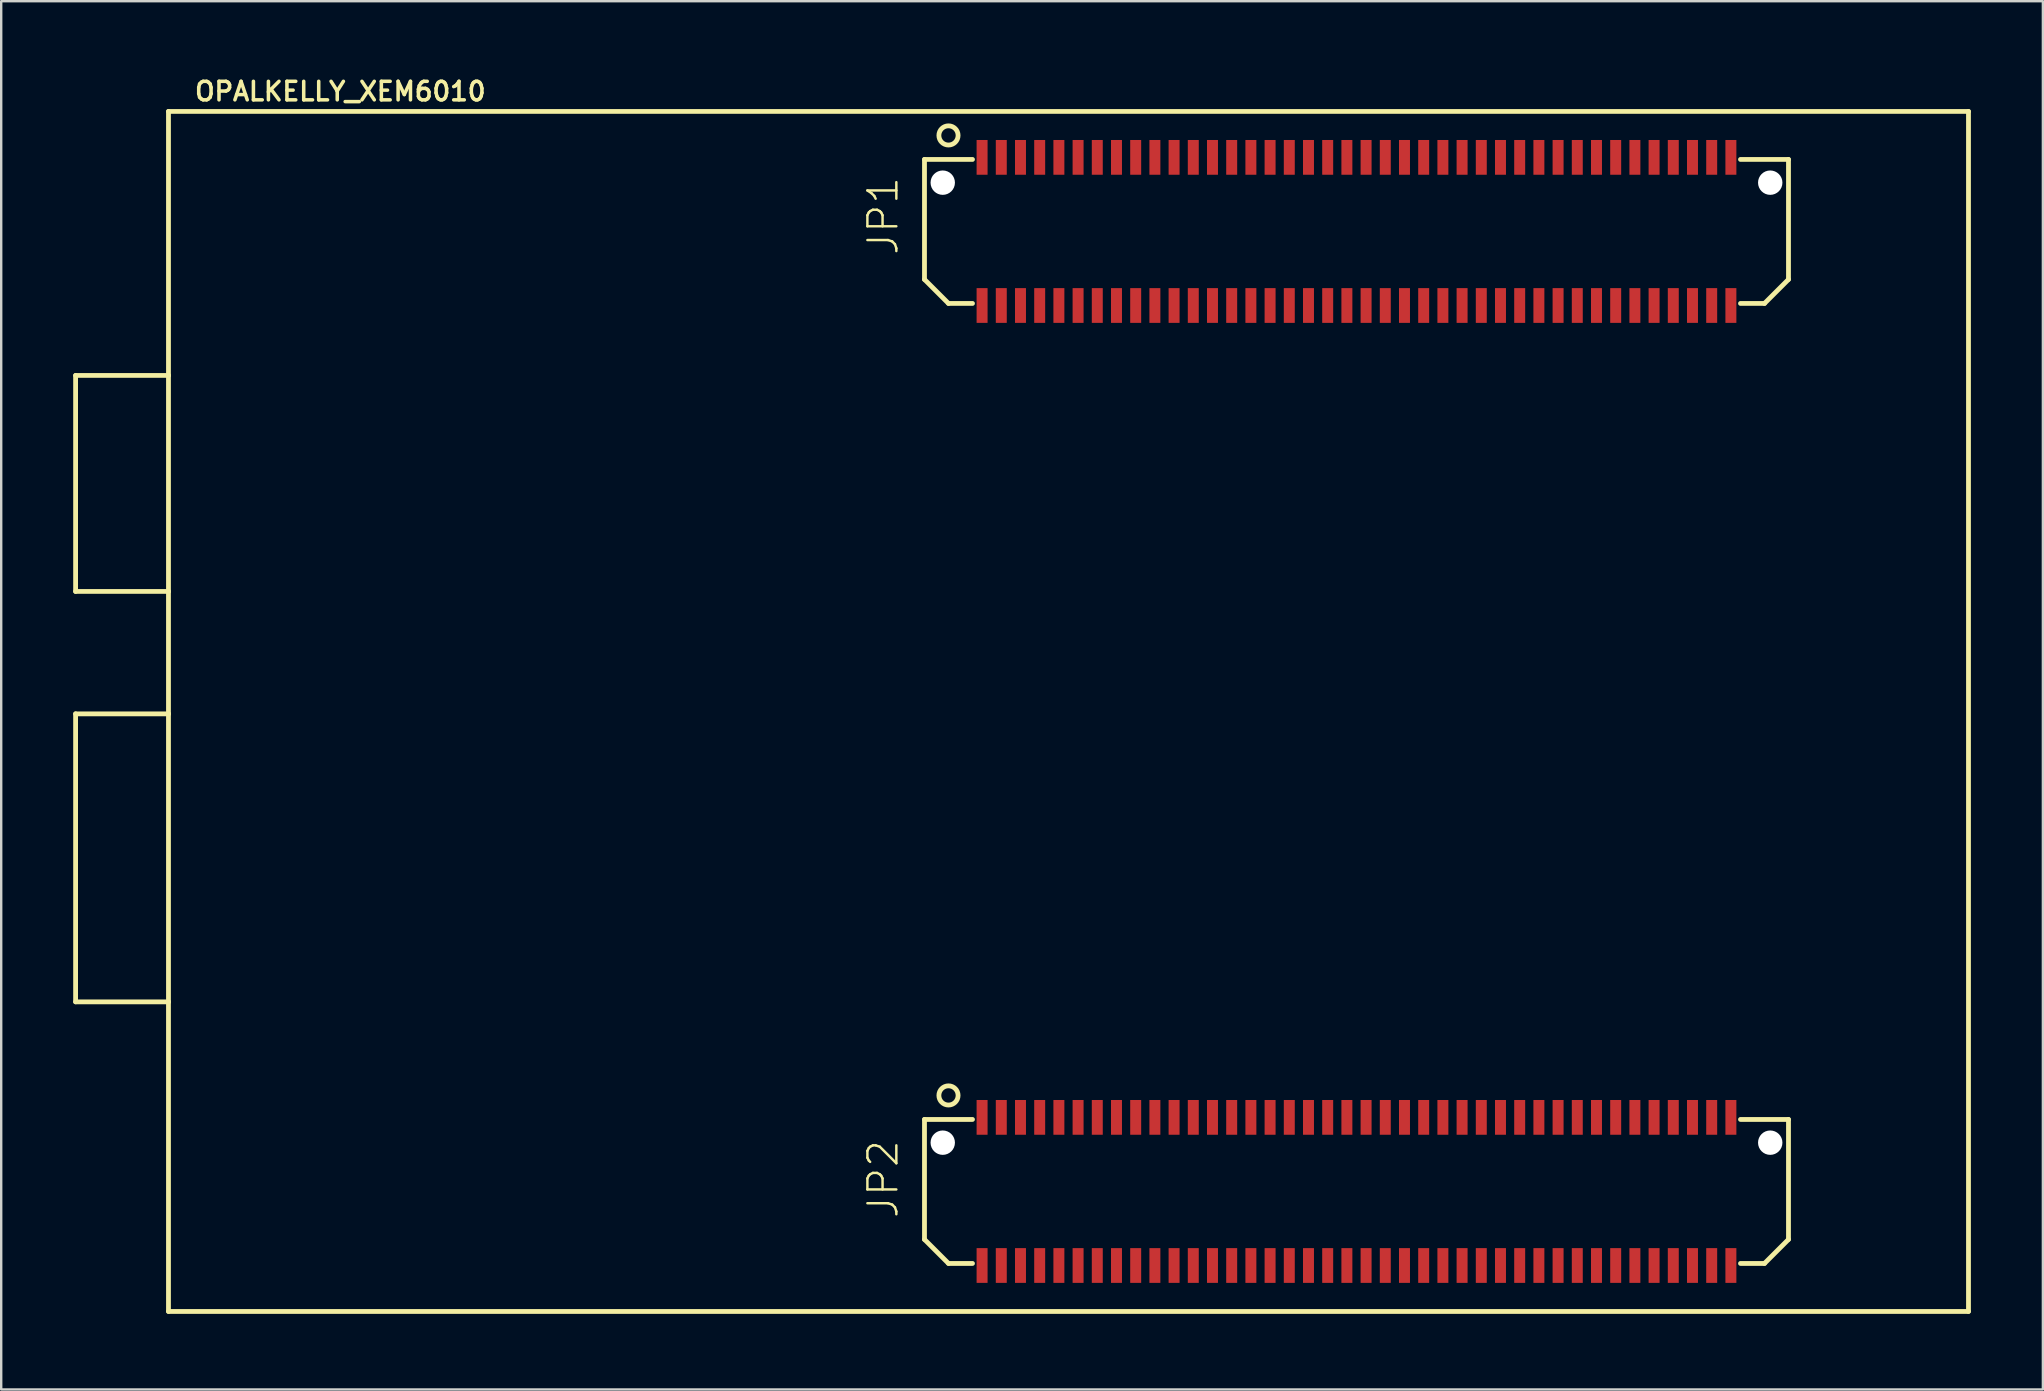
<source format=kicad_pcb>
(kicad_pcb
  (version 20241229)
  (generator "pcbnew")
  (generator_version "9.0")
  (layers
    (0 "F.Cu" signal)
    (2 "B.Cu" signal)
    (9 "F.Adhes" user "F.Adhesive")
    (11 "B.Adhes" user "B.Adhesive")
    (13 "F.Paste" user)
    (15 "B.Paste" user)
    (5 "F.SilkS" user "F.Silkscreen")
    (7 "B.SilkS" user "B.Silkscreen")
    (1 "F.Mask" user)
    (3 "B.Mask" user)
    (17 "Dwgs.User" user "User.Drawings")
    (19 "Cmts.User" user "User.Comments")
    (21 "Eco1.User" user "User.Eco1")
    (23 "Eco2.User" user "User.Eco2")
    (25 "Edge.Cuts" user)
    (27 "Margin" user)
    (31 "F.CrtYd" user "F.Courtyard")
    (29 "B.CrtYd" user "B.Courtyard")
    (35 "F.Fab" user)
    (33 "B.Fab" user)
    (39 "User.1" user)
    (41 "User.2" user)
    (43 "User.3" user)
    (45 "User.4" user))
  (footprint "OPALKELLY_XEM6010"
    (layer "F.Cu")
    (at 3.97 51.593)
    (property "Reference" "OPALKELLY_XEM6010" (at 1.016 -50.381 0) (layer "F.SilkS") (effects (font (size 0.772 0.772) (thickness 0.147)) (justify left bottom)))
    (attr through_hole)
    (fp_line (start -3.87 -39) (end 0 -39) (stroke (width 0.2) (type solid)) (layer "F.SilkS"))
    (fp_line (start -3.87 -30) (end -3.87 -39) (stroke (width 0.2) (type solid)) (layer "F.SilkS"))
    (fp_line (start -3.87 -24.9) (end 0 -24.9) (stroke (width 0.2) (type solid)) (layer "F.SilkS"))
    (fp_line (start -3.87 -12.9) (end -3.87 -24.9) (stroke (width 0.2) (type solid)) (layer "F.SilkS"))
    (fp_line (start 0 -50) (end 0 -39) (stroke (width 0.2) (type solid)) (layer "F.SilkS"))
    (fp_line (start 0 -39) (end 0 -30) (stroke (width 0.2) (type solid)) (layer "F.SilkS"))
    (fp_line (start 0 -30) (end -3.87 -30) (stroke (width 0.2) (type solid)) (layer "F.SilkS"))
    (fp_line (start 0 -30) (end 0 -24.9) (stroke (width 0.2) (type solid)) (layer "F.SilkS"))
    (fp_line (start 0 -24.9) (end 0 -12.9) (stroke (width 0.2) (type solid)) (layer "F.SilkS"))
    (fp_line (start 0 -12.9) (end -3.87 -12.9) (stroke (width 0.2) (type solid)) (layer "F.SilkS"))
    (fp_line (start 0 -12.9) (end 0 0) (stroke (width 0.2) (type solid)) (layer "F.SilkS"))
    (fp_line (start 0 0) (end 75 0) (stroke (width 0.2) (type solid)) (layer "F.SilkS"))
    (fp_line (start 31.5 -48) (end 31.5 -43) (stroke (width 0.2) (type solid)) (layer "F.SilkS"))
    (fp_line (start 31.5 -48) (end 33.5 -48) (stroke (width 0.2) (type solid)) (layer "F.SilkS"))
    (fp_line (start 31.5 -43) (end 32.5 -42) (stroke (width 0.2) (type solid)) (layer "F.SilkS"))
    (fp_line (start 31.5 -8) (end 31.5 -3) (stroke (width 0.2) (type solid)) (layer "F.SilkS"))
    (fp_line (start 31.5 -8) (end 33.5 -8) (stroke (width 0.2) (type solid)) (layer "F.SilkS"))
    (fp_line (start 31.5 -3) (end 32.5 -2) (stroke (width 0.2) (type solid)) (layer "F.SilkS"))
    (fp_line (start 32.5 -42) (end 33.5 -42) (stroke (width 0.2) (type solid)) (layer "F.SilkS"))
    (fp_line (start 32.5 -2) (end 33.5 -2) (stroke (width 0.2) (type solid)) (layer "F.SilkS"))
    (fp_line (start 65.5 -48) (end 67.5 -48) (stroke (width 0.2) (type solid)) (layer "F.SilkS"))
    (fp_line (start 65.5 -42) (end 66.5 -42) (stroke (width 0.2) (type solid)) (layer "F.SilkS"))
    (fp_line (start 65.5 -8) (end 67.5 -8) (stroke (width 0.2) (type solid)) (layer "F.SilkS"))
    (fp_line (start 65.5 -2) (end 66.5 -2) (stroke (width 0.2) (type solid)) (layer "F.SilkS"))
    (fp_line (start 66.5 -42) (end 67.5 -43) (stroke (width 0.2) (type solid)) (layer "F.SilkS"))
    (fp_line (start 66.5 -2) (end 67.5 -3) (stroke (width 0.2) (type solid)) (layer "F.SilkS"))
    (fp_line (start 67.5 -43) (end 67.5 -48) (stroke (width 0.2) (type solid)) (layer "F.SilkS"))
    (fp_line (start 67.5 -3) (end 67.5 -8) (stroke (width 0.2) (type solid)) (layer "F.SilkS"))
    (fp_line (start 75 -50) (end 0 -50) (stroke (width 0.2) (type solid)) (layer "F.SilkS"))
    (fp_line (start 75 0) (end 75 -50) (stroke (width 0.2) (type solid)) (layer "F.SilkS"))
    (fp_circle (center 32.5 -49) (end 32.9 -49) (stroke (width 0.2) (type solid)) (fill no) (layer "F.SilkS"))
    (fp_circle (center 32.5 -9) (end 32.9 -9) (stroke (width 0.2) (type solid)) (fill no) (layer "F.SilkS"))
    (fp_text user "JP2" (at 30.48 -3.81 90) (layer "F.SilkS") (effects (font (size 1.206 1.206) (thickness 0.102)) (justify left bottom)))
    (fp_text user "JP1" (at 30.48 -43.942 90) (layer "F.SilkS") (effects (font (size 1.206 1.206) (thickness 0.102)) (justify left bottom)))
    (pad "" np_thru_hole circle (at 32.261 -47.032) (size 1.016 1.016) (drill 1.016) (layers "*.Cu" "*.Mask"))
    (pad "" np_thru_hole circle (at 32.261 -7.032) (size 1.016 1.016) (drill 1.016) (layers "*.Cu" "*.Mask"))
    (pad "" np_thru_hole circle (at 66.739 -47.032) (size 1.016 1.016) (drill 1.016) (layers "*.Cu" "*.Mask"))
    (pad "" np_thru_hole circle (at 66.739 -7.032) (size 1.016 1.016) (drill 1.016) (layers "*.Cu" "*.Mask"))
    (pad "JP1-1" smd rect (at 33.9 -48.086 90) (size 1.448 0.457) (layers "F.Cu" "F.Mask" "F.Paste"))
    (pad "JP1-2" smd rect (at 33.9 -41.914 90) (size 1.448 0.457) (layers "F.Cu" "F.Mask" "F.Paste"))
    (pad "JP1-3" smd rect (at 34.7 -48.086 90) (size 1.448 0.457) (layers "F.Cu" "F.Mask" "F.Paste"))
    (pad "JP1-4" smd rect (at 34.7 -41.914 90) (size 1.448 0.457) (layers "F.Cu" "F.Mask" "F.Paste"))
    (pad "JP1-5" smd rect (at 35.5 -48.086 90) (size 1.448 0.457) (layers "F.Cu" "F.Mask" "F.Paste"))
    (pad "JP1-6" smd rect (at 35.5 -41.914 90) (size 1.448 0.457) (layers "F.Cu" "F.Mask" "F.Paste"))
    (pad "JP1-7" smd rect (at 36.3 -48.086 90) (size 1.448 0.457) (layers "F.Cu" "F.Mask" "F.Paste"))
    (pad "JP1-8" smd rect (at 36.3 -41.914 90) (size 1.448 0.457) (layers "F.Cu" "F.Mask" "F.Paste"))
    (pad "JP1-9" smd rect (at 37.1 -48.086 90) (size 1.448 0.457) (layers "F.Cu" "F.Mask" "F.Paste"))
    (pad "JP1-10" smd rect (at 37.1 -41.914 90) (size 1.448 0.457) (layers "F.Cu" "F.Mask" "F.Paste"))
    (pad "JP1-11" smd rect (at 37.9 -48.086 90) (size 1.448 0.457) (layers "F.Cu" "F.Mask" "F.Paste"))
    (pad "JP1-12" smd rect (at 37.9 -41.914 90) (size 1.448 0.457) (layers "F.Cu" "F.Mask" "F.Paste"))
    (pad "JP1-13" smd rect (at 38.7 -48.086 90) (size 1.448 0.457) (layers "F.Cu" "F.Mask" "F.Paste"))
    (pad "JP1-14" smd rect (at 38.7 -41.914 90) (size 1.448 0.457) (layers "F.Cu" "F.Mask" "F.Paste"))
    (pad "JP1-15" smd rect (at 39.5 -48.086 90) (size 1.448 0.457) (layers "F.Cu" "F.Mask" "F.Paste"))
    (pad "JP1-16" smd rect (at 39.5 -41.914 90) (size 1.448 0.457) (layers "F.Cu" "F.Mask" "F.Paste"))
    (pad "JP1-17" smd rect (at 40.3 -48.086 90) (size 1.448 0.457) (layers "F.Cu" "F.Mask" "F.Paste"))
    (pad "JP1-18" smd rect (at 40.3 -41.914 90) (size 1.448 0.457) (layers "F.Cu" "F.Mask" "F.Paste"))
    (pad "JP1-19" smd rect (at 41.1 -48.086 90) (size 1.448 0.457) (layers "F.Cu" "F.Mask" "F.Paste"))
    (pad "JP1-20" smd rect (at 41.1 -41.914 90) (size 1.448 0.457) (layers "F.Cu" "F.Mask" "F.Paste"))
    (pad "JP1-21" smd rect (at 41.9 -48.086 90) (size 1.448 0.457) (layers "F.Cu" "F.Mask" "F.Paste"))
    (pad "JP1-22" smd rect (at 41.9 -41.914 90) (size 1.448 0.457) (layers "F.Cu" "F.Mask" "F.Paste"))
    (pad "JP1-23" smd rect (at 42.7 -48.086 90) (size 1.448 0.457) (layers "F.Cu" "F.Mask" "F.Paste"))
    (pad "JP1-24" smd rect (at 42.7 -41.914 90) (size 1.448 0.457) (layers "F.Cu" "F.Mask" "F.Paste"))
    (pad "JP1-25" smd rect (at 43.5 -48.086 90) (size 1.448 0.457) (layers "F.Cu" "F.Mask" "F.Paste"))
    (pad "JP1-26" smd rect (at 43.5 -41.914 90) (size 1.448 0.457) (layers "F.Cu" "F.Mask" "F.Paste"))
    (pad "JP1-27" smd rect (at 44.3 -48.086 90) (size 1.448 0.457) (layers "F.Cu" "F.Mask" "F.Paste"))
    (pad "JP1-28" smd rect (at 44.3 -41.914 90) (size 1.448 0.457) (layers "F.Cu" "F.Mask" "F.Paste"))
    (pad "JP1-29" smd rect (at 45.1 -48.086 90) (size 1.448 0.457) (layers "F.Cu" "F.Mask" "F.Paste"))
    (pad "JP1-30" smd rect (at 45.1 -41.914 90) (size 1.448 0.457) (layers "F.Cu" "F.Mask" "F.Paste"))
    (pad "JP1-31" smd rect (at 45.9 -48.086 90) (size 1.448 0.457) (layers "F.Cu" "F.Mask" "F.Paste"))
    (pad "JP1-32" smd rect (at 45.9 -41.914 90) (size 1.448 0.457) (layers "F.Cu" "F.Mask" "F.Paste"))
    (pad "JP1-33" smd rect (at 46.7 -48.086 90) (size 1.448 0.457) (layers "F.Cu" "F.Mask" "F.Paste"))
    (pad "JP1-34" smd rect (at 46.7 -41.914 90) (size 1.448 0.457) (layers "F.Cu" "F.Mask" "F.Paste"))
    (pad "JP1-35" smd rect (at 47.5 -48.086 90) (size 1.448 0.457) (layers "F.Cu" "F.Mask" "F.Paste"))
    (pad "JP1-36" smd rect (at 47.5 -41.914 90) (size 1.448 0.457) (layers "F.Cu" "F.Mask" "F.Paste"))
    (pad "JP1-37" smd rect (at 48.3 -48.086 90) (size 1.448 0.457) (layers "F.Cu" "F.Mask" "F.Paste"))
    (pad "JP1-38" smd rect (at 48.3 -41.914 90) (size 1.448 0.457) (layers "F.Cu" "F.Mask" "F.Paste"))
    (pad "JP1-39" smd rect (at 49.1 -48.086 90) (size 1.448 0.457) (layers "F.Cu" "F.Mask" "F.Paste"))
    (pad "JP1-40" smd rect (at 49.1 -41.914 90) (size 1.448 0.457) (layers "F.Cu" "F.Mask" "F.Paste"))
    (pad "JP1-41" smd rect (at 49.9 -48.086 90) (size 1.448 0.457) (layers "F.Cu" "F.Mask" "F.Paste"))
    (pad "JP1-42" smd rect (at 49.9 -41.914 90) (size 1.448 0.457) (layers "F.Cu" "F.Mask" "F.Paste"))
    (pad "JP1-43" smd rect (at 50.7 -48.086 90) (size 1.448 0.457) (layers "F.Cu" "F.Mask" "F.Paste"))
    (pad "JP1-44" smd rect (at 50.7 -41.914 90) (size 1.448 0.457) (layers "F.Cu" "F.Mask" "F.Paste"))
    (pad "JP1-45" smd rect (at 51.5 -48.086 90) (size 1.448 0.457) (layers "F.Cu" "F.Mask" "F.Paste"))
    (pad "JP1-46" smd rect (at 51.5 -41.914 90) (size 1.448 0.457) (layers "F.Cu" "F.Mask" "F.Paste"))
    (pad "JP1-47" smd rect (at 52.3 -48.086 90) (size 1.448 0.457) (layers "F.Cu" "F.Mask" "F.Paste"))
    (pad "JP1-48" smd rect (at 52.3 -41.914 90) (size 1.448 0.457) (layers "F.Cu" "F.Mask" "F.Paste"))
    (pad "JP1-49" smd rect (at 53.1 -48.086 90) (size 1.448 0.457) (layers "F.Cu" "F.Mask" "F.Paste"))
    (pad "JP1-50" smd rect (at 53.1 -41.914 90) (size 1.448 0.457) (layers "F.Cu" "F.Mask" "F.Paste"))
    (pad "JP1-51" smd rect (at 53.9 -48.086 90) (size 1.448 0.457) (layers "F.Cu" "F.Mask" "F.Paste"))
    (pad "JP1-52" smd rect (at 53.9 -41.914 90) (size 1.448 0.457) (layers "F.Cu" "F.Mask" "F.Paste"))
    (pad "JP1-53" smd rect (at 54.7 -48.086 90) (size 1.448 0.457) (layers "F.Cu" "F.Mask" "F.Paste"))
    (pad "JP1-54" smd rect (at 54.7 -41.914 90) (size 1.448 0.457) (layers "F.Cu" "F.Mask" "F.Paste"))
    (pad "JP1-55" smd rect (at 55.5 -48.086 90) (size 1.448 0.457) (layers "F.Cu" "F.Mask" "F.Paste"))
    (pad "JP1-56" smd rect (at 55.5 -41.914 90) (size 1.448 0.457) (layers "F.Cu" "F.Mask" "F.Paste"))
    (pad "JP1-57" smd rect (at 56.3 -48.086 90) (size 1.448 0.457) (layers "F.Cu" "F.Mask" "F.Paste"))
    (pad "JP1-58" smd rect (at 56.3 -41.914 90) (size 1.448 0.457) (layers "F.Cu" "F.Mask" "F.Paste"))
    (pad "JP1-59" smd rect (at 57.1 -48.086 90) (size 1.448 0.457) (layers "F.Cu" "F.Mask" "F.Paste"))
    (pad "JP1-60" smd rect (at 57.1 -41.914 90) (size 1.448 0.457) (layers "F.Cu" "F.Mask" "F.Paste"))
    (pad "JP1-61" smd rect (at 57.9 -48.086 90) (size 1.448 0.457) (layers "F.Cu" "F.Mask" "F.Paste"))
    (pad "JP1-62" smd rect (at 57.9 -41.914 90) (size 1.448 0.457) (layers "F.Cu" "F.Mask" "F.Paste"))
    (pad "JP1-63" smd rect (at 58.7 -48.086 90) (size 1.448 0.457) (layers "F.Cu" "F.Mask" "F.Paste"))
    (pad "JP1-64" smd rect (at 58.7 -41.914 90) (size 1.448 0.457) (layers "F.Cu" "F.Mask" "F.Paste"))
    (pad "JP1-65" smd rect (at 59.5 -48.086 90) (size 1.448 0.457) (layers "F.Cu" "F.Mask" "F.Paste"))
    (pad "JP1-66" smd rect (at 59.5 -41.914 90) (size 1.448 0.457) (layers "F.Cu" "F.Mask" "F.Paste"))
    (pad "JP1-67" smd rect (at 60.3 -48.086 90) (size 1.448 0.457) (layers "F.Cu" "F.Mask" "F.Paste"))
    (pad "JP1-68" smd rect (at 60.3 -41.914 90) (size 1.448 0.457) (layers "F.Cu" "F.Mask" "F.Paste"))
    (pad "JP1-69" smd rect (at 61.1 -48.086 90) (size 1.448 0.457) (layers "F.Cu" "F.Mask" "F.Paste"))
    (pad "JP1-70" smd rect (at 61.1 -41.914 90) (size 1.448 0.457) (layers "F.Cu" "F.Mask" "F.Paste"))
    (pad "JP1-71" smd rect (at 61.9 -48.086 90) (size 1.448 0.457) (layers "F.Cu" "F.Mask" "F.Paste"))
    (pad "JP1-72" smd rect (at 61.9 -41.914 90) (size 1.448 0.457) (layers "F.Cu" "F.Mask" "F.Paste"))
    (pad "JP1-73" smd rect (at 62.7 -48.086 90) (size 1.448 0.457) (layers "F.Cu" "F.Mask" "F.Paste"))
    (pad "JP1-74" smd rect (at 62.7 -41.914 90) (size 1.448 0.457) (layers "F.Cu" "F.Mask" "F.Paste"))
    (pad "JP1-75" smd rect (at 63.5 -48.086 90) (size 1.448 0.457) (layers "F.Cu" "F.Mask" "F.Paste"))
    (pad "JP1-76" smd rect (at 63.5 -41.914 90) (size 1.448 0.457) (layers "F.Cu" "F.Mask" "F.Paste"))
    (pad "JP1-77" smd rect (at 64.3 -48.086 90) (size 1.448 0.457) (layers "F.Cu" "F.Mask" "F.Paste"))
    (pad "JP1-78" smd rect (at 64.3 -41.914 90) (size 1.448 0.457) (layers "F.Cu" "F.Mask" "F.Paste"))
    (pad "JP1-79" smd rect (at 65.1 -48.086 90) (size 1.448 0.457) (layers "F.Cu" "F.Mask" "F.Paste"))
    (pad "JP1-80" smd rect (at 65.1 -41.914 90) (size 1.448 0.457) (layers "F.Cu" "F.Mask" "F.Paste"))
    (pad "JP2-1" smd rect (at 33.9 -8.086 90) (size 1.448 0.457) (layers "F.Cu" "F.Mask" "F.Paste"))
    (pad "JP2-2" smd rect (at 33.9 -1.914 90) (size 1.448 0.457) (layers "F.Cu" "F.Mask" "F.Paste"))
    (pad "JP2-3" smd rect (at 34.7 -8.086 90) (size 1.448 0.457) (layers "F.Cu" "F.Mask" "F.Paste"))
    (pad "JP2-4" smd rect (at 34.7 -1.914 90) (size 1.448 0.457) (layers "F.Cu" "F.Mask" "F.Paste"))
    (pad "JP2-5" smd rect (at 35.5 -8.086 90) (size 1.448 0.457) (layers "F.Cu" "F.Mask" "F.Paste"))
    (pad "JP2-6" smd rect (at 35.5 -1.914 90) (size 1.448 0.457) (layers "F.Cu" "F.Mask" "F.Paste"))
    (pad "JP2-7" smd rect (at 36.3 -8.086 90) (size 1.448 0.457) (layers "F.Cu" "F.Mask" "F.Paste"))
    (pad "JP2-8" smd rect (at 36.3 -1.914 90) (size 1.448 0.457) (layers "F.Cu" "F.Mask" "F.Paste"))
    (pad "JP2-9" smd rect (at 37.1 -8.086 90) (size 1.448 0.457) (layers "F.Cu" "F.Mask" "F.Paste"))
    (pad "JP2-10" smd rect (at 37.1 -1.914 90) (size 1.448 0.457) (layers "F.Cu" "F.Mask" "F.Paste"))
    (pad "JP2-11" smd rect (at 37.9 -8.086 90) (size 1.448 0.457) (layers "F.Cu" "F.Mask" "F.Paste"))
    (pad "JP2-12" smd rect (at 37.9 -1.914 90) (size 1.448 0.457) (layers "F.Cu" "F.Mask" "F.Paste"))
    (pad "JP2-13" smd rect (at 38.7 -8.086 90) (size 1.448 0.457) (layers "F.Cu" "F.Mask" "F.Paste"))
    (pad "JP2-14" smd rect (at 38.7 -1.914 90) (size 1.448 0.457) (layers "F.Cu" "F.Mask" "F.Paste"))
    (pad "JP2-15" smd rect (at 39.5 -8.086 90) (size 1.448 0.457) (layers "F.Cu" "F.Mask" "F.Paste"))
    (pad "JP2-16" smd rect (at 39.5 -1.914 90) (size 1.448 0.457) (layers "F.Cu" "F.Mask" "F.Paste"))
    (pad "JP2-17" smd rect (at 40.3 -8.086 90) (size 1.448 0.457) (layers "F.Cu" "F.Mask" "F.Paste"))
    (pad "JP2-18" smd rect (at 40.3 -1.914 90) (size 1.448 0.457) (layers "F.Cu" "F.Mask" "F.Paste"))
    (pad "JP2-19" smd rect (at 41.1 -8.086 90) (size 1.448 0.457) (layers "F.Cu" "F.Mask" "F.Paste"))
    (pad "JP2-20" smd rect (at 41.1 -1.914 90) (size 1.448 0.457) (layers "F.Cu" "F.Mask" "F.Paste"))
    (pad "JP2-21" smd rect (at 41.9 -8.086 90) (size 1.448 0.457) (layers "F.Cu" "F.Mask" "F.Paste"))
    (pad "JP2-22" smd rect (at 41.9 -1.914 90) (size 1.448 0.457) (layers "F.Cu" "F.Mask" "F.Paste"))
    (pad "JP2-23" smd rect (at 42.7 -8.086 90) (size 1.448 0.457) (layers "F.Cu" "F.Mask" "F.Paste"))
    (pad "JP2-24" smd rect (at 42.7 -1.914 90) (size 1.448 0.457) (layers "F.Cu" "F.Mask" "F.Paste"))
    (pad "JP2-25" smd rect (at 43.5 -8.086 90) (size 1.448 0.457) (layers "F.Cu" "F.Mask" "F.Paste"))
    (pad "JP2-26" smd rect (at 43.5 -1.914 90) (size 1.448 0.457) (layers "F.Cu" "F.Mask" "F.Paste"))
    (pad "JP2-27" smd rect (at 44.3 -8.086 90) (size 1.448 0.457) (layers "F.Cu" "F.Mask" "F.Paste"))
    (pad "JP2-28" smd rect (at 44.3 -1.914 90) (size 1.448 0.457) (layers "F.Cu" "F.Mask" "F.Paste"))
    (pad "JP2-29" smd rect (at 45.1 -8.086 90) (size 1.448 0.457) (layers "F.Cu" "F.Mask" "F.Paste"))
    (pad "JP2-30" smd rect (at 45.1 -1.914 90) (size 1.448 0.457) (layers "F.Cu" "F.Mask" "F.Paste"))
    (pad "JP2-31" smd rect (at 45.9 -8.086 90) (size 1.448 0.457) (layers "F.Cu" "F.Mask" "F.Paste"))
    (pad "JP2-32" smd rect (at 45.9 -1.914 90) (size 1.448 0.457) (layers "F.Cu" "F.Mask" "F.Paste"))
    (pad "JP2-33" smd rect (at 46.7 -8.086 90) (size 1.448 0.457) (layers "F.Cu" "F.Mask" "F.Paste"))
    (pad "JP2-34" smd rect (at 46.7 -1.914 90) (size 1.448 0.457) (layers "F.Cu" "F.Mask" "F.Paste"))
    (pad "JP2-35" smd rect (at 47.5 -8.086 90) (size 1.448 0.457) (layers "F.Cu" "F.Mask" "F.Paste"))
    (pad "JP2-36" smd rect (at 47.5 -1.914 90) (size 1.448 0.457) (layers "F.Cu" "F.Mask" "F.Paste"))
    (pad "JP2-37" smd rect (at 48.3 -8.086 90) (size 1.448 0.457) (layers "F.Cu" "F.Mask" "F.Paste"))
    (pad "JP2-38" smd rect (at 48.3 -1.914 90) (size 1.448 0.457) (layers "F.Cu" "F.Mask" "F.Paste"))
    (pad "JP2-39" smd rect (at 49.1 -8.086 90) (size 1.448 0.457) (layers "F.Cu" "F.Mask" "F.Paste"))
    (pad "JP2-40" smd rect (at 49.1 -1.914 90) (size 1.448 0.457) (layers "F.Cu" "F.Mask" "F.Paste"))
    (pad "JP2-41" smd rect (at 49.9 -8.086 90) (size 1.448 0.457) (layers "F.Cu" "F.Mask" "F.Paste"))
    (pad "JP2-42" smd rect (at 49.9 -1.914 90) (size 1.448 0.457) (layers "F.Cu" "F.Mask" "F.Paste"))
    (pad "JP2-43" smd rect (at 50.7 -8.086 90) (size 1.448 0.457) (layers "F.Cu" "F.Mask" "F.Paste"))
    (pad "JP2-44" smd rect (at 50.7 -1.914 90) (size 1.448 0.457) (layers "F.Cu" "F.Mask" "F.Paste"))
    (pad "JP2-45" smd rect (at 51.5 -8.086 90) (size 1.448 0.457) (layers "F.Cu" "F.Mask" "F.Paste"))
    (pad "JP2-46" smd rect (at 51.5 -1.914 90) (size 1.448 0.457) (layers "F.Cu" "F.Mask" "F.Paste"))
    (pad "JP2-47" smd rect (at 52.3 -8.086 90) (size 1.448 0.457) (layers "F.Cu" "F.Mask" "F.Paste"))
    (pad "JP2-48" smd rect (at 52.3 -1.914 90) (size 1.448 0.457) (layers "F.Cu" "F.Mask" "F.Paste"))
    (pad "JP2-49" smd rect (at 53.1 -8.086 90) (size 1.448 0.457) (layers "F.Cu" "F.Mask" "F.Paste"))
    (pad "JP2-50" smd rect (at 53.1 -1.914 90) (size 1.448 0.457) (layers "F.Cu" "F.Mask" "F.Paste"))
    (pad "JP2-51" smd rect (at 53.9 -8.086 90) (size 1.448 0.457) (layers "F.Cu" "F.Mask" "F.Paste"))
    (pad "JP2-52" smd rect (at 53.9 -1.914 90) (size 1.448 0.457) (layers "F.Cu" "F.Mask" "F.Paste"))
    (pad "JP2-53" smd rect (at 54.7 -8.086 90) (size 1.448 0.457) (layers "F.Cu" "F.Mask" "F.Paste"))
    (pad "JP2-54" smd rect (at 54.7 -1.914 90) (size 1.448 0.457) (layers "F.Cu" "F.Mask" "F.Paste"))
    (pad "JP2-55" smd rect (at 55.5 -8.086 90) (size 1.448 0.457) (layers "F.Cu" "F.Mask" "F.Paste"))
    (pad "JP2-56" smd rect (at 55.5 -1.914 90) (size 1.448 0.457) (layers "F.Cu" "F.Mask" "F.Paste"))
    (pad "JP2-57" smd rect (at 56.3 -8.086 90) (size 1.448 0.457) (layers "F.Cu" "F.Mask" "F.Paste"))
    (pad "JP2-58" smd rect (at 56.3 -1.914 90) (size 1.448 0.457) (layers "F.Cu" "F.Mask" "F.Paste"))
    (pad "JP2-59" smd rect (at 57.1 -8.086 90) (size 1.448 0.457) (layers "F.Cu" "F.Mask" "F.Paste"))
    (pad "JP2-60" smd rect (at 57.1 -1.914 90) (size 1.448 0.457) (layers "F.Cu" "F.Mask" "F.Paste"))
    (pad "JP2-61" smd rect (at 57.9 -8.086 90) (size 1.448 0.457) (layers "F.Cu" "F.Mask" "F.Paste"))
    (pad "JP2-62" smd rect (at 57.9 -1.914 90) (size 1.448 0.457) (layers "F.Cu" "F.Mask" "F.Paste"))
    (pad "JP2-63" smd rect (at 58.7 -8.086 90) (size 1.448 0.457) (layers "F.Cu" "F.Mask" "F.Paste"))
    (pad "JP2-64" smd rect (at 58.7 -1.914 90) (size 1.448 0.457) (layers "F.Cu" "F.Mask" "F.Paste"))
    (pad "JP2-65" smd rect (at 59.5 -8.086 90) (size 1.448 0.457) (layers "F.Cu" "F.Mask" "F.Paste"))
    (pad "JP2-66" smd rect (at 59.5 -1.914 90) (size 1.448 0.457) (layers "F.Cu" "F.Mask" "F.Paste"))
    (pad "JP2-67" smd rect (at 60.3 -8.086 90) (size 1.448 0.457) (layers "F.Cu" "F.Mask" "F.Paste"))
    (pad "JP2-68" smd rect (at 60.3 -1.914 90) (size 1.448 0.457) (layers "F.Cu" "F.Mask" "F.Paste"))
    (pad "JP2-69" smd rect (at 61.1 -8.086 90) (size 1.448 0.457) (layers "F.Cu" "F.Mask" "F.Paste"))
    (pad "JP2-70" smd rect (at 61.1 -1.914 90) (size 1.448 0.457) (layers "F.Cu" "F.Mask" "F.Paste"))
    (pad "JP2-71" smd rect (at 61.9 -8.086 90) (size 1.448 0.457) (layers "F.Cu" "F.Mask" "F.Paste"))
    (pad "JP2-72" smd rect (at 61.9 -1.914 90) (size 1.448 0.457) (layers "F.Cu" "F.Mask" "F.Paste"))
    (pad "JP2-73" smd rect (at 62.7 -8.086 90) (size 1.448 0.457) (layers "F.Cu" "F.Mask" "F.Paste"))
    (pad "JP2-74" smd rect (at 62.7 -1.914 90) (size 1.448 0.457) (layers "F.Cu" "F.Mask" "F.Paste"))
    (pad "JP2-75" smd rect (at 63.5 -8.086 90) (size 1.448 0.457) (layers "F.Cu" "F.Mask" "F.Paste"))
    (pad "JP2-76" smd rect (at 63.5 -1.914 90) (size 1.448 0.457) (layers "F.Cu" "F.Mask" "F.Paste"))
    (pad "JP2-77" smd rect (at 64.3 -8.086 90) (size 1.448 0.457) (layers "F.Cu" "F.Mask" "F.Paste"))
    (pad "JP2-78" smd rect (at 64.3 -1.914 90) (size 1.448 0.457) (layers "F.Cu" "F.Mask" "F.Paste"))
    (pad "JP2-79" smd rect (at 65.1 -8.086 90) (size 1.448 0.457) (layers "F.Cu" "F.Mask" "F.Paste"))
    (pad "JP2-80" smd rect (at 65.1 -1.914 90) (size 1.448 0.457) (layers "F.Cu" "F.Mask" "F.Paste")))
  (gr_rect
    (start -3 -3)
    (end 82.07 54.843)
    (stroke (width 0.1) (type default))
    (fill no)
    (layer "Edge.Cuts")))
</source>
